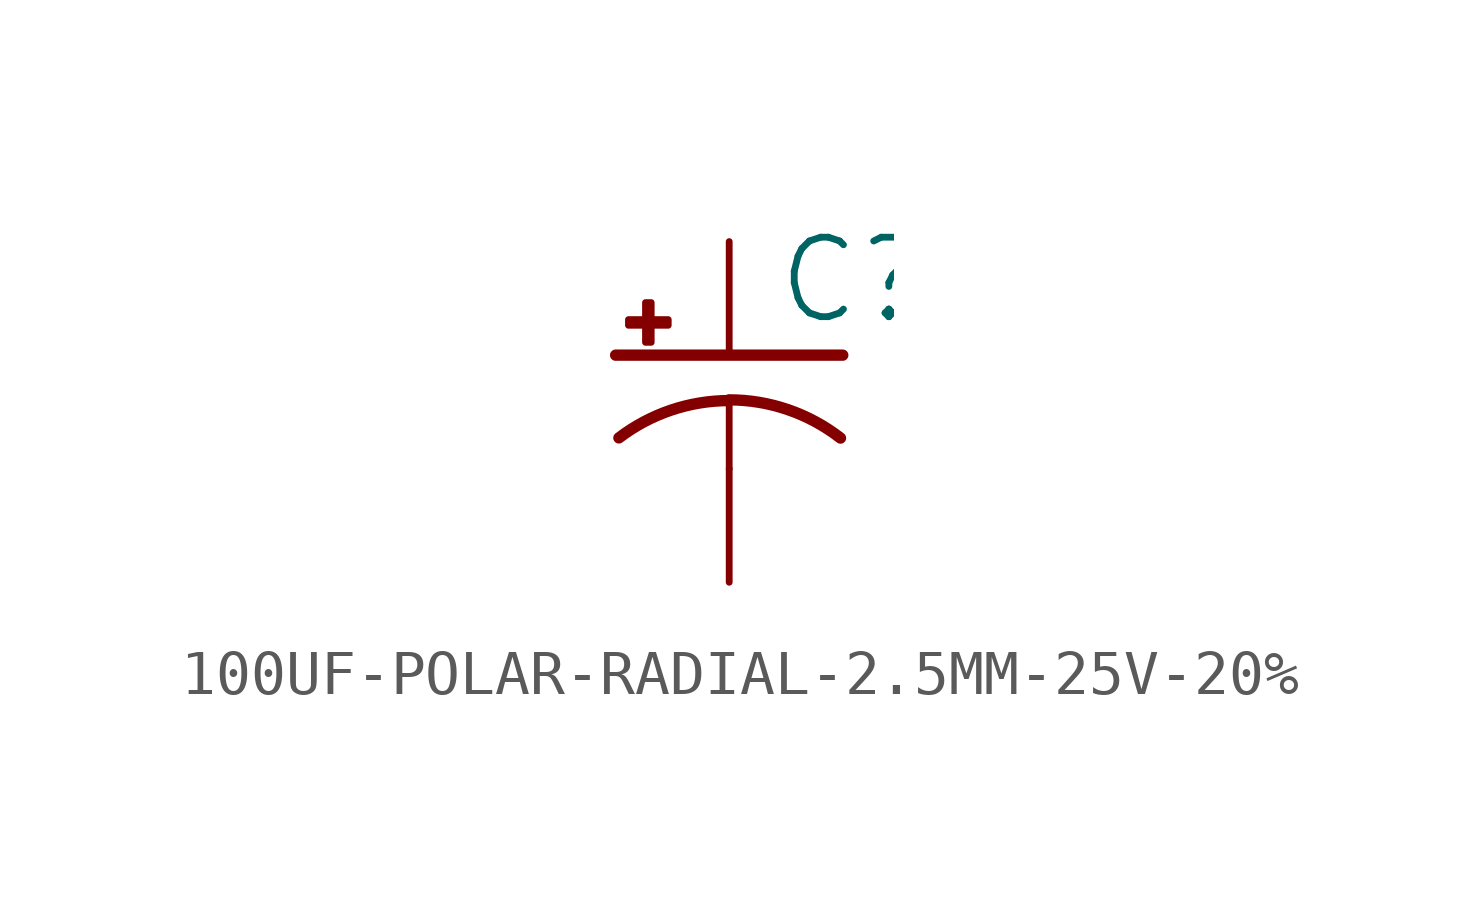
<source format=kicad_sym>
(kicad_symbol_lib
  (version 20220914)
  (generator kicad_symbol_editor)
  (symbol "100UF-POLAR-RADIAL-2.5MM-25V-20%"
    (property "Reference" "C"
      (at 1.016 0.635 0)
      (effects (font (size 1.778 1.778)) (justify left bottom)))
    (property "Value" ""
      (at 1.016 -4.191 0)
      (effects (font (size 1.778 1.778)) (justify left bottom)))
    (property "ki_locked" ""
      (at 0 0 0)
      (effects (font (size 1.27 1.27))))
    (symbol "100UF-POLAR-RADIAL-2.5MM-25V-20%_1_0"
      (rectangle (start -2.253 0.668) (end -1.364 0.795) (stroke (width 0) (type default)) (fill (type outline)))
      (rectangle (start -1.872 0.287) (end -1.745 1.176) (stroke (width 0) (type default)) (fill (type outline)))
      (arc (start 0 -1.0161) (mid -1.3021 -1.2303) (end -2.4669 -1.8504) (stroke (width 0.254) (type solid)) (fill (type none)))
      (polyline (pts (xy -2.54 0) (xy 2.54 0)) (stroke (width 0.254) (type solid)) (fill (type none)))
      (polyline (pts (xy 0 -1.016) (xy 0 -2.54)) (stroke (width 0.152) (type solid)) (fill (type none)))
      (arc (start 2.4892 -1.8541) (mid 1.3158 -1.2194) (end 0 -1) (stroke (width 0.254) (type solid)) (fill (type none)))
      (pin passive line (at 0 2.54 270) (length 2.54) (name "+" (effects (font (size 0 0)))) (number "1" (effects (font (size 0 0)))))
      (pin passive line (at 0 -5.08 90) (length 2.54) (name "-" (effects (font (size 0 0)))) (number "2" (effects (font (size 0 0))))))))
</source>
